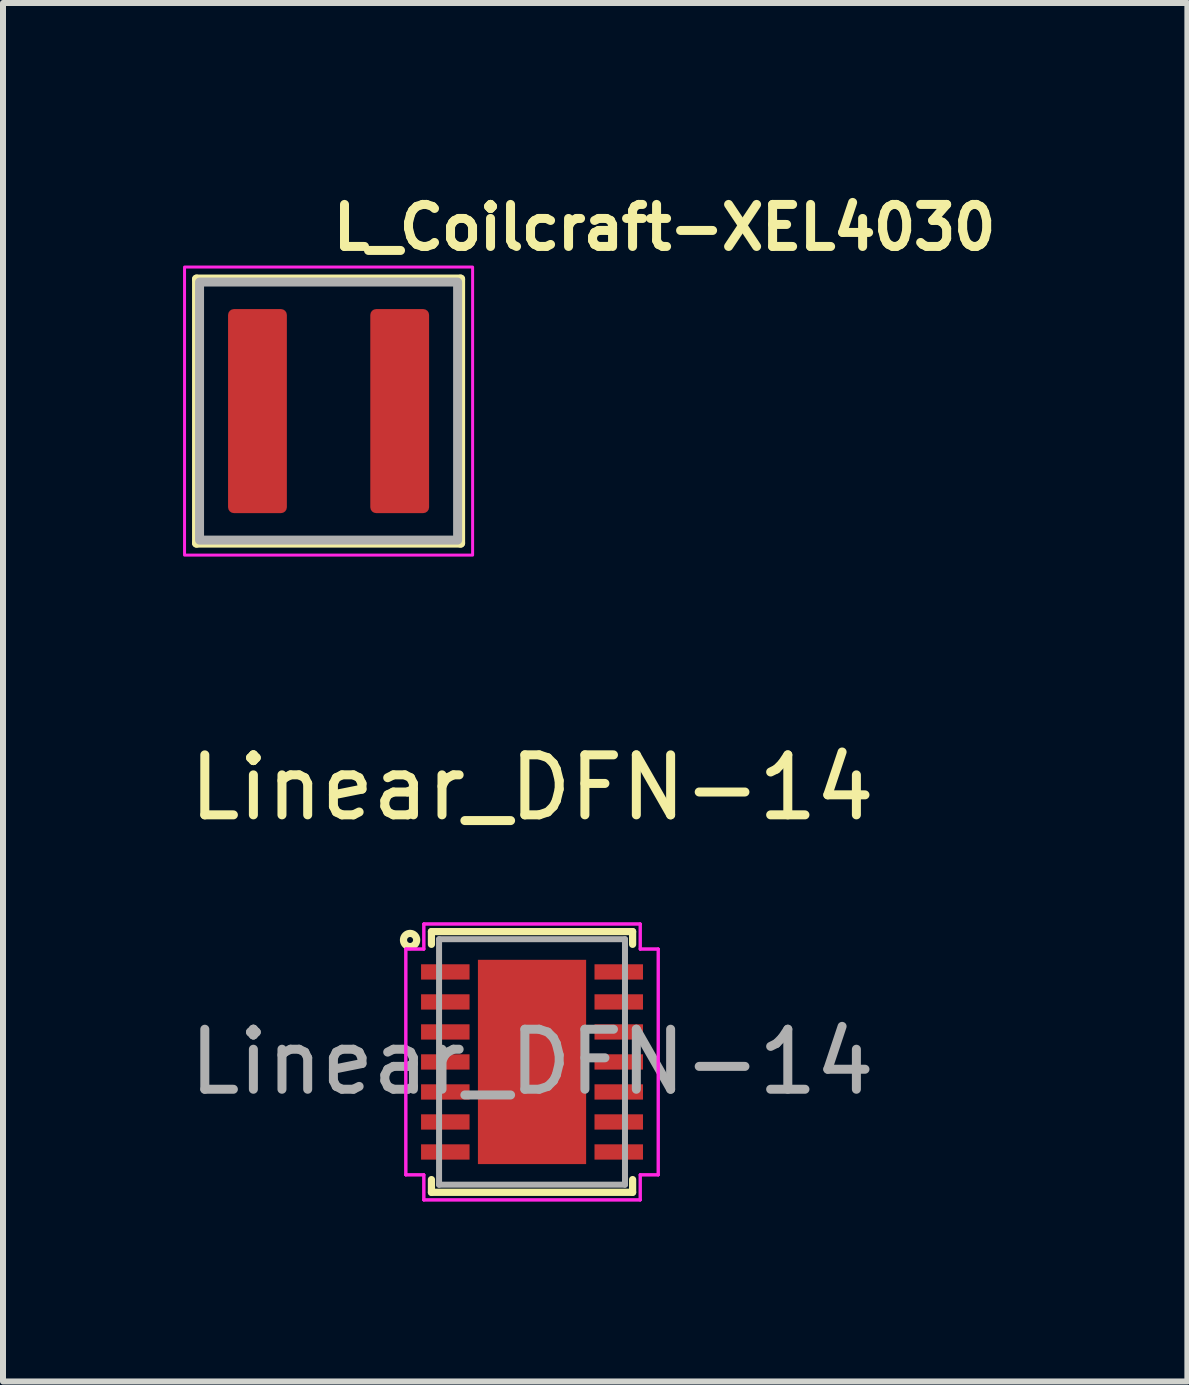
<source format=kicad_pcb>
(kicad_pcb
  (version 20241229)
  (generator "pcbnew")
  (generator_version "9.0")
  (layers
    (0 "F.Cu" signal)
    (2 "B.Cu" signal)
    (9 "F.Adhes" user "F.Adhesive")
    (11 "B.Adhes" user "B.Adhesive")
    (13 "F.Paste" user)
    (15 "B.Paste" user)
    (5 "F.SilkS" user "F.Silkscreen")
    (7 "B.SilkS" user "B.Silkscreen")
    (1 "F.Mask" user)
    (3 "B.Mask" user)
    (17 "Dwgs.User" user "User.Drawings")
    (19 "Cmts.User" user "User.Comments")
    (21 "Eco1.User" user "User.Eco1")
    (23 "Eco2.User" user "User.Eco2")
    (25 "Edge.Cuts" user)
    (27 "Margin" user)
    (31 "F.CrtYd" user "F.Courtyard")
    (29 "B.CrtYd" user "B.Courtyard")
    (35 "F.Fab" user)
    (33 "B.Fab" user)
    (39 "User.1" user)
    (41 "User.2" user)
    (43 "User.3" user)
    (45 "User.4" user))
  (footprint "Linear_DFN-14"
    (layer "F.Cu")
    (at 5.815 14.645)
    (property "Reference" "Linear_DFN-14" (at 0 -4.572 0) (layer "F.SilkS") (effects (font (size 1 1) (thickness 0.15))))
    (attr through_hole)
    (fp_line (start -1.676 -2.172) (end -1.676 -1.96) (stroke (width 0.12) (type solid)) (layer "F.SilkS"))
    (fp_line (start -1.676 1.96) (end -1.676 2.172) (stroke (width 0.12) (type solid)) (layer "F.SilkS"))
    (fp_line (start -1.676 2.172) (end 1.676 2.172) (stroke (width 0.12) (type solid)) (layer "F.SilkS"))
    (fp_line (start 1.676 -2.172) (end -1.676 -2.172) (stroke (width 0.12) (type solid)) (layer "F.SilkS"))
    (fp_line (start 1.676 -1.96) (end 1.676 -2.172) (stroke (width 0.12) (type solid)) (layer "F.SilkS"))
    (fp_line (start 1.676 2.172) (end 1.676 1.96) (stroke (width 0.12) (type solid)) (layer "F.SilkS"))
    (fp_circle (center -2.032 -2.032) (end -1.982 -2.032) (stroke (width 0.12) (type solid)) (fill no) (layer "F.SilkS"))
    (fp_poly (pts (xy -0.802 -1.602) (xy -0.802 -0.1) (xy 0.802 -0.1) (xy 0.802 -1.602)) (stroke (width 0.1) (type solid)) (fill yes) (layer "F.Paste"))
    (fp_poly (pts (xy -0.802 0.1) (xy -0.802 1.602) (xy 0.802 1.602) (xy 0.802 0.1)) (stroke (width 0.1) (type solid)) (fill yes) (layer "F.Paste"))
    (fp_line (start -2.103 -1.881) (end -1.803 -1.881) (stroke (width 0.05) (type solid)) (layer "F.CrtYd"))
    (fp_line (start -2.103 -1.881) (end -1.803 -1.881) (stroke (width 0.05) (type solid)) (layer "F.CrtYd"))
    (fp_line (start -2.103 1.881) (end -2.103 -1.881) (stroke (width 0.05) (type solid)) (layer "F.CrtYd"))
    (fp_line (start -2.103 1.881) (end -2.103 -1.881) (stroke (width 0.05) (type solid)) (layer "F.CrtYd"))
    (fp_line (start -2.103 1.881) (end -1.803 1.881) (stroke (width 0.05) (type solid)) (layer "F.CrtYd"))
    (fp_line (start -1.803 -2.299) (end 1.803 -2.299) (stroke (width 0.05) (type solid)) (layer "F.CrtYd"))
    (fp_line (start -1.803 -2.299) (end 1.803 -2.299) (stroke (width 0.05) (type solid)) (layer "F.CrtYd"))
    (fp_line (start -1.803 -1.881) (end -1.803 -2.299) (stroke (width 0.05) (type solid)) (layer "F.CrtYd"))
    (fp_line (start -1.803 -1.881) (end -1.803 -2.299) (stroke (width 0.05) (type solid)) (layer "F.CrtYd"))
    (fp_line (start -1.803 1.881) (end -2.103 1.881) (stroke (width 0.05) (type solid)) (layer "F.CrtYd"))
    (fp_line (start -1.803 2.299) (end -1.803 1.881) (stroke (width 0.05) (type solid)) (layer "F.CrtYd"))
    (fp_line (start -1.803 2.299) (end -1.803 1.881) (stroke (width 0.05) (type solid)) (layer "F.CrtYd"))
    (fp_line (start 1.803 -2.299) (end 1.803 -1.881) (stroke (width 0.05) (type solid)) (layer "F.CrtYd"))
    (fp_line (start 1.803 -2.299) (end 1.803 -1.881) (stroke (width 0.05) (type solid)) (layer "F.CrtYd"))
    (fp_line (start 1.803 -1.881) (end 2.103 -1.881) (stroke (width 0.05) (type solid)) (layer "F.CrtYd"))
    (fp_line (start 1.803 1.881) (end 1.803 2.299) (stroke (width 0.05) (type solid)) (layer "F.CrtYd"))
    (fp_line (start 1.803 1.881) (end 1.803 2.299) (stroke (width 0.05) (type solid)) (layer "F.CrtYd"))
    (fp_line (start 1.803 2.299) (end -1.803 2.299) (stroke (width 0.05) (type solid)) (layer "F.CrtYd"))
    (fp_line (start 1.803 2.299) (end -1.803 2.299) (stroke (width 0.05) (type solid)) (layer "F.CrtYd"))
    (fp_line (start 2.103 -1.881) (end 1.803 -1.881) (stroke (width 0.05) (type solid)) (layer "F.CrtYd"))
    (fp_line (start 2.103 -1.881) (end 2.103 1.881) (stroke (width 0.05) (type solid)) (layer "F.CrtYd"))
    (fp_line (start 2.103 -1.881) (end 2.103 1.881) (stroke (width 0.05) (type solid)) (layer "F.CrtYd"))
    (fp_line (start 2.103 1.881) (end 1.803 1.881) (stroke (width 0.05) (type solid)) (layer "F.CrtYd"))
    (fp_line (start 2.103 1.881) (end 1.803 1.881) (stroke (width 0.05) (type solid)) (layer "F.CrtYd"))
    (fp_line (start -1.549 -2.045) (end -1.549 2.045) (stroke (width 0.1) (type solid)) (layer "F.Fab"))
    (fp_line (start -1.549 2.045) (end 1.549 2.045) (stroke (width 0.1) (type solid)) (layer "F.Fab"))
    (fp_line (start 1.549 -2.045) (end -1.549 -2.045) (stroke (width 0.1) (type solid)) (layer "F.Fab"))
    (fp_line (start 1.549 2.045) (end 1.549 -2.045) (stroke (width 0.1) (type solid)) (layer "F.Fab"))
    (fp_text user "${REFERENCE}" (at 0 0 0) (layer "F.Fab") (effects (font (size 1 1) (thickness 0.15))))
    (pad "1" smd rect (at -1.445 -1.5) (size 0.808 0.255) (layers "F.Cu" "F.Mask" "F.Paste"))
    (pad "2" smd rect (at -1.445 -1) (size 0.808 0.255) (layers "F.Cu" "F.Mask" "F.Paste"))
    (pad "3" smd rect (at -1.445 -0.5) (size 0.808 0.255) (layers "F.Cu" "F.Mask" "F.Paste"))
    (pad "4" smd rect (at -1.445 0) (size 0.808 0.255) (layers "F.Cu" "F.Mask" "F.Paste"))
    (pad "5" smd rect (at -1.445 0.5) (size 0.808 0.255) (layers "F.Cu" "F.Mask" "F.Paste"))
    (pad "6" smd rect (at -1.445 1) (size 0.808 0.255) (layers "F.Cu" "F.Mask" "F.Paste"))
    (pad "7" smd rect (at -1.445 1.5) (size 0.808 0.255) (layers "F.Cu" "F.Mask" "F.Paste"))
    (pad "8" smd rect (at 1.445 1.5) (size 0.808 0.255) (layers "F.Cu" "F.Mask" "F.Paste"))
    (pad "9" smd rect (at 1.445 1) (size 0.808 0.255) (layers "F.Cu" "F.Mask" "F.Paste"))
    (pad "10" smd rect (at 1.445 0.5) (size 0.808 0.255) (layers "F.Cu" "F.Mask" "F.Paste"))
    (pad "11" smd rect (at 1.445 0) (size 0.808 0.255) (layers "F.Cu" "F.Mask" "F.Paste"))
    (pad "12" smd rect (at 1.445 -0.5) (size 0.808 0.255) (layers "F.Cu" "F.Mask" "F.Paste"))
    (pad "13" smd rect (at 1.445 -1) (size 0.808 0.255) (layers "F.Cu" "F.Mask" "F.Paste"))
    (pad "14" smd rect (at 1.445 -1.5) (size 0.808 0.255) (layers "F.Cu" "F.Mask" "F.Paste"))
    (pad "15" smd rect (at 0 0) (size 1.803 3.404) (layers "F.Cu" "F.Mask" "F.Paste")))
  (footprint "L_Coilcraft-XEL4030"
    (layer "F.Cu")
    (at 2.425 3.8)
    (property "Reference" "L_Coilcraft-XEL4030" (at 0 -2.65 0) (layer "F.SilkS") (effects (font (size 0.7 0.7) (thickness 0.15)) (justify left bottom)))
    (attr smd)
    (fp_line (start -2.2 -2.2) (end 2.2 -2.2) (stroke (width 0.15) (type solid)) (layer "F.SilkS"))
    (fp_line (start -2.2 2.2) (end -2.2 -2.2) (stroke (width 0.15) (type solid)) (layer "F.SilkS"))
    (fp_line (start -2.2 2.2) (end 2.2 2.2) (stroke (width 0.15) (type solid)) (layer "F.SilkS"))
    (fp_line (start 2.2 2.2) (end 2.2 -2.2) (stroke (width 0.15) (type solid)) (layer "F.SilkS"))
    (fp_rect (start -2.4 -2.4) (end 2.4 2.4) (stroke (width 0.05) (type solid)) (fill no) (layer "F.CrtYd"))
    (fp_rect (start -2.15 -2.15) (end 2.15 2.15) (stroke (width 0.15) (type solid)) (fill no) (layer "F.Fab"))
    (fp_rect (start -2.15 -2.15) (end 2.15 2.15) (stroke (width 0.15) (type solid)) (fill no) (layer "User.5"))
    (fp_line (start -2.15 -2.15) (end -2.15 2.148) (stroke (width 0.02) (type solid)) (layer "User.9"))
    (fp_line (start -2.15 2.148) (end 2.148 2.148) (stroke (width 0.02) (type solid)) (layer "User.9"))
    (fp_line (start -1.903 -1.873) (end -1.657 -1.873) (stroke (width 0.02) (type solid)) (layer "User.9"))
    (fp_line (start -1.903 1.87) (end -1.903 -1.873) (stroke (width 0.02) (type solid)) (layer "User.9"))
    (fp_line (start -1.657 -1.873) (end -1.657 1.87) (stroke (width 0.02) (type solid)) (layer "User.9"))
    (fp_line (start -1.657 1.87) (end -1.903 1.87) (stroke (width 0.02) (type solid)) (layer "User.9"))
    (fp_line (start 2.148 -2.15) (end -2.15 -2.15) (stroke (width 0.02) (type solid)) (layer "User.9"))
    (fp_line (start 2.148 2.148) (end 2.148 -2.15) (stroke (width 0.02) (type solid)) (layer "User.9"))
    (pad "1" smd roundrect (at -1.185 0) (size 0.98 3.4) (layers "F.Cu" "F.Mask" "F.Paste") (roundrect_rratio 0.1))
    (pad "2" smd roundrect (at 1.185 0) (size 0.98 3.4) (layers "F.Cu" "F.Mask" "F.Paste") (roundrect_rratio 0.1)))
  (gr_rect
    (start -3 -3)
    (end 16.735 19.969)
    (stroke (width 0.1) (type default))
    (fill no)
    (layer "Edge.Cuts")))
</source>
